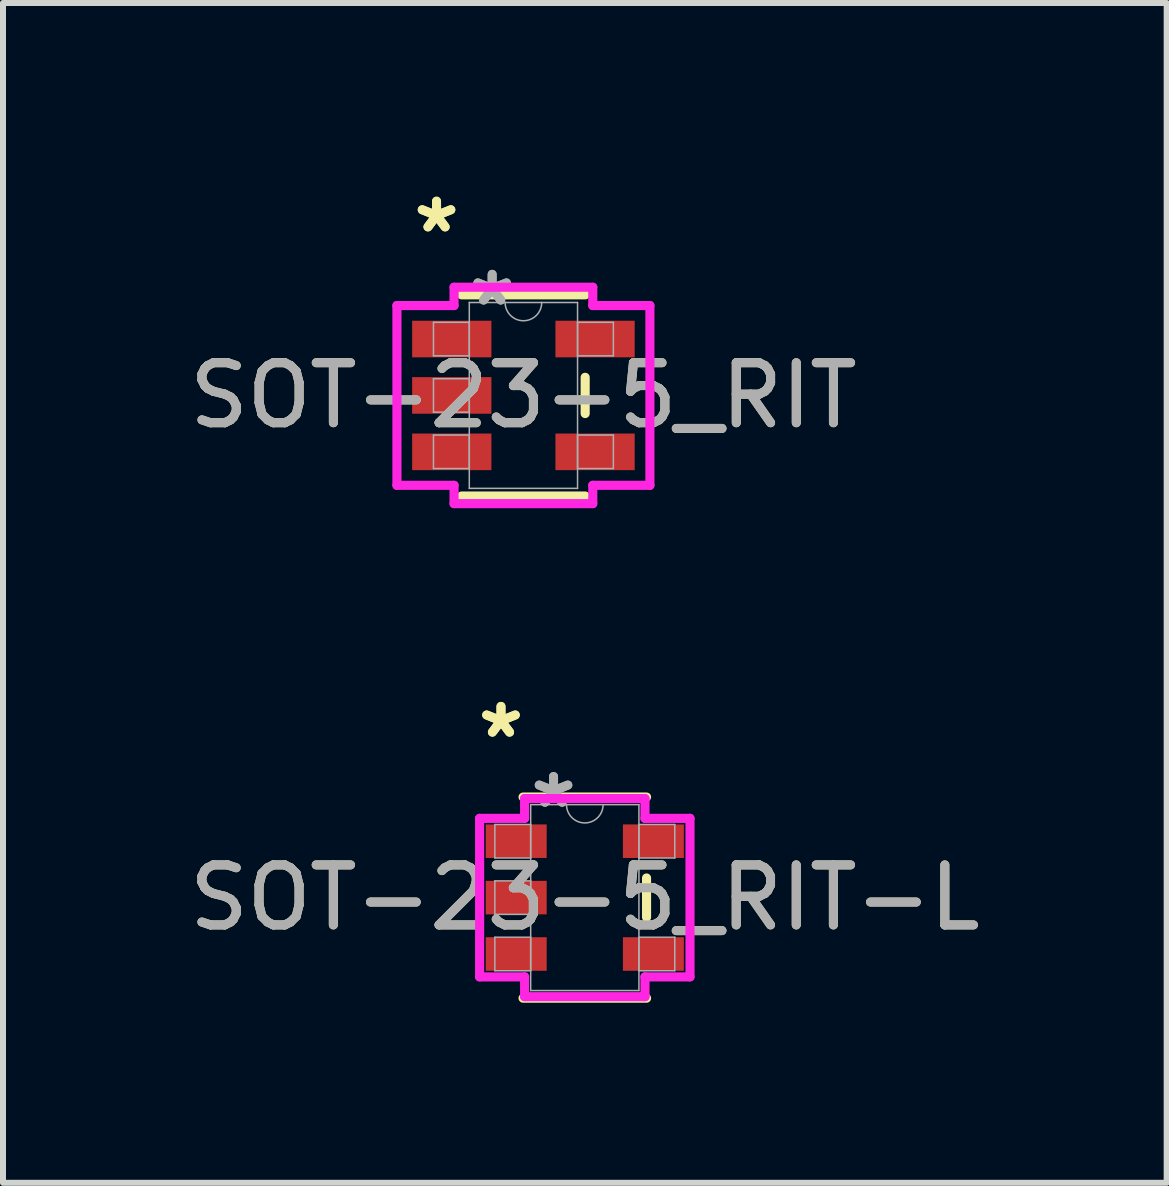
<source format=kicad_pcb>
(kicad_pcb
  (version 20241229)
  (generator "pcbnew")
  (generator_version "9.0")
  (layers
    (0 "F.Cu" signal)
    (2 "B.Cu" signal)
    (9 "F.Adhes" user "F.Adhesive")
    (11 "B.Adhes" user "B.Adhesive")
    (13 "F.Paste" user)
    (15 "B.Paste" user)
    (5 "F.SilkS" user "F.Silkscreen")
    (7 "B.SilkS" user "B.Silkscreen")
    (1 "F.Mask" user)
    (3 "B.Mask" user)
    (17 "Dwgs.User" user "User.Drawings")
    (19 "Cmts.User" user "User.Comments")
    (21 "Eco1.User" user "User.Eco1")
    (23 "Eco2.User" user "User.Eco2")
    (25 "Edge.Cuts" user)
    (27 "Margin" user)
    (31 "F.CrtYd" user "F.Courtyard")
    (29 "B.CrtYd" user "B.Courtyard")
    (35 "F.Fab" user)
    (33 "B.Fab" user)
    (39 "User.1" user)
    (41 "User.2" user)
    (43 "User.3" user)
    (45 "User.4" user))
  (footprint "SOT-23-5_RIT"
    (layer "F.Cu")
    (at 5.673 3.54)
    (property "Reference" "SOT-23-5_RIT" (at 0 0 0) (unlocked yes) (layer "F.SilkS") (effects (font (size 1 1) (thickness 0.15))))
    (attr smd)
    (fp_line (start -1.029 1.676) (end 1.029 1.676) (stroke (width 0.152) (type solid)) (layer "F.SilkS"))
    (fp_line (start 1.029 -1.676) (end -1.029 -1.676) (stroke (width 0.152) (type solid)) (layer "F.SilkS"))
    (fp_line (start 1.029 0.302) (end 1.029 -0.302) (stroke (width 0.152) (type solid)) (layer "F.SilkS"))
    (fp_line (start -2.108 -1.498) (end -1.156 -1.498) (stroke (width 0.152) (type solid)) (layer "F.CrtYd"))
    (fp_line (start -2.108 1.498) (end -2.108 -1.498) (stroke (width 0.152) (type solid)) (layer "F.CrtYd"))
    (fp_line (start -2.108 1.498) (end -1.156 1.498) (stroke (width 0.152) (type solid)) (layer "F.CrtYd"))
    (fp_line (start -1.156 -1.803) (end 1.156 -1.803) (stroke (width 0.152) (type solid)) (layer "F.CrtYd"))
    (fp_line (start -1.156 -1.498) (end -1.156 -1.803) (stroke (width 0.152) (type solid)) (layer "F.CrtYd"))
    (fp_line (start -1.156 1.803) (end -1.156 1.498) (stroke (width 0.152) (type solid)) (layer "F.CrtYd"))
    (fp_line (start 1.156 -1.803) (end 1.156 -1.498) (stroke (width 0.152) (type solid)) (layer "F.CrtYd"))
    (fp_line (start 1.156 1.498) (end 1.156 1.803) (stroke (width 0.152) (type solid)) (layer "F.CrtYd"))
    (fp_line (start 1.156 1.803) (end -1.156 1.803) (stroke (width 0.152) (type solid)) (layer "F.CrtYd"))
    (fp_line (start 2.108 -1.498) (end 1.156 -1.498) (stroke (width 0.152) (type solid)) (layer "F.CrtYd"))
    (fp_line (start 2.108 -1.498) (end 2.108 1.498) (stroke (width 0.152) (type solid)) (layer "F.CrtYd"))
    (fp_line (start 2.108 1.498) (end 1.156 1.498) (stroke (width 0.152) (type solid)) (layer "F.CrtYd"))
    (fp_line (start -1.499 -1.219) (end -1.499 -0.66) (stroke (width 0.025) (type solid)) (layer "F.Fab"))
    (fp_line (start -1.499 -0.66) (end -0.902 -0.66) (stroke (width 0.025) (type solid)) (layer "F.Fab"))
    (fp_line (start -1.499 -0.279) (end -1.499 0.279) (stroke (width 0.025) (type solid)) (layer "F.Fab"))
    (fp_line (start -1.499 0.279) (end -0.902 0.279) (stroke (width 0.025) (type solid)) (layer "F.Fab"))
    (fp_line (start -1.499 0.66) (end -1.499 1.219) (stroke (width 0.025) (type solid)) (layer "F.Fab"))
    (fp_line (start -1.499 1.219) (end -0.902 1.219) (stroke (width 0.025) (type solid)) (layer "F.Fab"))
    (fp_line (start -0.902 -1.549) (end -0.902 1.549) (stroke (width 0.025) (type solid)) (layer "F.Fab"))
    (fp_line (start -0.902 -1.219) (end -1.499 -1.219) (stroke (width 0.025) (type solid)) (layer "F.Fab"))
    (fp_line (start -0.902 -0.66) (end -0.902 -1.219) (stroke (width 0.025) (type solid)) (layer "F.Fab"))
    (fp_line (start -0.902 -0.279) (end -1.499 -0.279) (stroke (width 0.025) (type solid)) (layer "F.Fab"))
    (fp_line (start -0.902 0.279) (end -0.902 -0.279) (stroke (width 0.025) (type solid)) (layer "F.Fab"))
    (fp_line (start -0.902 0.66) (end -1.499 0.66) (stroke (width 0.025) (type solid)) (layer "F.Fab"))
    (fp_line (start -0.902 1.219) (end -0.902 0.66) (stroke (width 0.025) (type solid)) (layer "F.Fab"))
    (fp_line (start -0.902 1.549) (end 0.902 1.549) (stroke (width 0.025) (type solid)) (layer "F.Fab"))
    (fp_line (start 0.902 -1.549) (end -0.902 -1.549) (stroke (width 0.025) (type solid)) (layer "F.Fab"))
    (fp_line (start 0.902 -1.219) (end 0.902 -0.66) (stroke (width 0.025) (type solid)) (layer "F.Fab"))
    (fp_line (start 0.902 -0.66) (end 1.499 -0.66) (stroke (width 0.025) (type solid)) (layer "F.Fab"))
    (fp_line (start 0.902 0.66) (end 0.902 1.219) (stroke (width 0.025) (type solid)) (layer "F.Fab"))
    (fp_line (start 0.902 1.219) (end 1.499 1.219) (stroke (width 0.025) (type solid)) (layer "F.Fab"))
    (fp_line (start 0.902 1.549) (end 0.902 -1.549) (stroke (width 0.025) (type solid)) (layer "F.Fab"))
    (fp_line (start 1.499 -1.219) (end 0.902 -1.219) (stroke (width 0.025) (type solid)) (layer "F.Fab"))
    (fp_line (start 1.499 -0.66) (end 1.499 -1.219) (stroke (width 0.025) (type solid)) (layer "F.Fab"))
    (fp_line (start 1.499 0.66) (end 0.902 0.66) (stroke (width 0.025) (type solid)) (layer "F.Fab"))
    (fp_line (start 1.499 1.219) (end 1.499 0.66) (stroke (width 0.025) (type solid)) (layer "F.Fab"))
    (fp_arc (start 0.3048 -1.5494) (mid 0 -1.2446) (end -0.3048 -1.5494) (stroke (width 0.0254) (type solid)) (layer "F.Fab"))
    (fp_text user "*" (at -1.448 -2.692 0) (layer "F.SilkS") (effects (font (size 1 1) (thickness 0.15))))
    (fp_text user "*" (at -1.448 -2.692 0) (unlocked yes) (layer "F.SilkS") (effects (font (size 1 1) (thickness 0.15))))
    (fp_text user "*" (at -0.521 -1.473 0) (unlocked yes) (layer "F.Fab") (effects (font (size 1 1) (thickness 0.15))))
    (fp_text user "${REFERENCE}" (at 0 0 0) (unlocked yes) (layer "F.Fab") (effects (font (size 1 1) (thickness 0.15))))
    (fp_text user "*" (at -0.521 -1.473 0) (layer "F.Fab") (effects (font (size 1 1) (thickness 0.15))))
    (pad "1" smd rect (at -1.194 -0.94) (size 1.321 0.61) (layers "F.Cu" "F.Mask" "F.Paste"))
    (pad "2" smd rect (at -1.194 0) (size 1.321 0.61) (layers "F.Cu" "F.Mask" "F.Paste"))
    (pad "3" smd rect (at -1.194 0.94) (size 1.321 0.61) (layers "F.Cu" "F.Mask" "F.Paste"))
    (pad "4" smd rect (at 1.194 0.94) (size 1.321 0.61) (layers "F.Cu" "F.Mask" "F.Paste"))
    (pad "5" smd rect (at 1.194 -0.94) (size 1.321 0.61) (layers "F.Cu" "F.Mask" "F.Paste")))
  (footprint "SOT-23-5_RIT-L"
    (layer "F.Cu")
    (at 6.696 11.909)
    (property "Reference" "SOT-23-5_RIT-L" (at 0 0 0) (unlocked yes) (layer "F.SilkS") (effects (font (size 1 1) (thickness 0.15))))
    (attr smd)
    (fp_line (start -1.029 1.676) (end 1.029 1.676) (stroke (width 0.152) (type solid)) (layer "F.SilkS"))
    (fp_line (start 1.029 -1.676) (end -1.029 -1.676) (stroke (width 0.152) (type solid)) (layer "F.SilkS"))
    (fp_line (start 1.029 0.327) (end 1.029 -0.327) (stroke (width 0.152) (type solid)) (layer "F.SilkS"))
    (fp_line (start -1.753 -1.321) (end -1.003 -1.321) (stroke (width 0.152) (type solid)) (layer "F.CrtYd"))
    (fp_line (start -1.753 1.321) (end -1.753 -1.321) (stroke (width 0.152) (type solid)) (layer "F.CrtYd"))
    (fp_line (start -1.753 1.321) (end -1.003 1.321) (stroke (width 0.152) (type solid)) (layer "F.CrtYd"))
    (fp_line (start -1.003 -1.651) (end 1.003 -1.651) (stroke (width 0.152) (type solid)) (layer "F.CrtYd"))
    (fp_line (start -1.003 -1.321) (end -1.003 -1.651) (stroke (width 0.152) (type solid)) (layer "F.CrtYd"))
    (fp_line (start -1.003 1.651) (end -1.003 1.321) (stroke (width 0.152) (type solid)) (layer "F.CrtYd"))
    (fp_line (start 1.003 -1.651) (end 1.003 -1.321) (stroke (width 0.152) (type solid)) (layer "F.CrtYd"))
    (fp_line (start 1.003 1.321) (end 1.003 1.651) (stroke (width 0.152) (type solid)) (layer "F.CrtYd"))
    (fp_line (start 1.003 1.651) (end -1.003 1.651) (stroke (width 0.152) (type solid)) (layer "F.CrtYd"))
    (fp_line (start 1.753 -1.321) (end 1.003 -1.321) (stroke (width 0.152) (type solid)) (layer "F.CrtYd"))
    (fp_line (start 1.753 -1.321) (end 1.753 1.321) (stroke (width 0.152) (type solid)) (layer "F.CrtYd"))
    (fp_line (start 1.753 1.321) (end 1.003 1.321) (stroke (width 0.152) (type solid)) (layer "F.CrtYd"))
    (fp_line (start -1.499 -1.219) (end -1.499 -0.66) (stroke (width 0.025) (type solid)) (layer "F.Fab"))
    (fp_line (start -1.499 -0.66) (end -0.902 -0.66) (stroke (width 0.025) (type solid)) (layer "F.Fab"))
    (fp_line (start -1.499 -0.279) (end -1.499 0.279) (stroke (width 0.025) (type solid)) (layer "F.Fab"))
    (fp_line (start -1.499 0.279) (end -0.902 0.279) (stroke (width 0.025) (type solid)) (layer "F.Fab"))
    (fp_line (start -1.499 0.66) (end -1.499 1.219) (stroke (width 0.025) (type solid)) (layer "F.Fab"))
    (fp_line (start -1.499 1.219) (end -0.902 1.219) (stroke (width 0.025) (type solid)) (layer "F.Fab"))
    (fp_line (start -0.902 -1.549) (end -0.902 1.549) (stroke (width 0.025) (type solid)) (layer "F.Fab"))
    (fp_line (start -0.902 -1.219) (end -1.499 -1.219) (stroke (width 0.025) (type solid)) (layer "F.Fab"))
    (fp_line (start -0.902 -0.66) (end -0.902 -1.219) (stroke (width 0.025) (type solid)) (layer "F.Fab"))
    (fp_line (start -0.902 -0.279) (end -1.499 -0.279) (stroke (width 0.025) (type solid)) (layer "F.Fab"))
    (fp_line (start -0.902 0.279) (end -0.902 -0.279) (stroke (width 0.025) (type solid)) (layer "F.Fab"))
    (fp_line (start -0.902 0.66) (end -1.499 0.66) (stroke (width 0.025) (type solid)) (layer "F.Fab"))
    (fp_line (start -0.902 1.219) (end -0.902 0.66) (stroke (width 0.025) (type solid)) (layer "F.Fab"))
    (fp_line (start -0.902 1.549) (end 0.902 1.549) (stroke (width 0.025) (type solid)) (layer "F.Fab"))
    (fp_line (start 0.902 -1.549) (end -0.902 -1.549) (stroke (width 0.025) (type solid)) (layer "F.Fab"))
    (fp_line (start 0.902 -1.219) (end 0.902 -0.66) (stroke (width 0.025) (type solid)) (layer "F.Fab"))
    (fp_line (start 0.902 -0.66) (end 1.499 -0.66) (stroke (width 0.025) (type solid)) (layer "F.Fab"))
    (fp_line (start 0.902 0.66) (end 0.902 1.219) (stroke (width 0.025) (type solid)) (layer "F.Fab"))
    (fp_line (start 0.902 1.219) (end 1.499 1.219) (stroke (width 0.025) (type solid)) (layer "F.Fab"))
    (fp_line (start 0.902 1.549) (end 0.902 -1.549) (stroke (width 0.025) (type solid)) (layer "F.Fab"))
    (fp_line (start 1.499 -1.219) (end 0.902 -1.219) (stroke (width 0.025) (type solid)) (layer "F.Fab"))
    (fp_line (start 1.499 -0.66) (end 1.499 -1.219) (stroke (width 0.025) (type solid)) (layer "F.Fab"))
    (fp_line (start 1.499 0.66) (end 0.902 0.66) (stroke (width 0.025) (type solid)) (layer "F.Fab"))
    (fp_line (start 1.499 1.219) (end 1.499 0.66) (stroke (width 0.025) (type solid)) (layer "F.Fab"))
    (fp_arc (start 0.3048 -1.5494) (mid 0 -1.2446) (end -0.3048 -1.5494) (stroke (width 0.0254) (type solid)) (layer "F.Fab"))
    (fp_text user "*" (at -1.397 -2.641 0) (layer "F.SilkS") (effects (font (size 1 1) (thickness 0.15))))
    (fp_text user "*" (at -1.397 -2.641 0) (unlocked yes) (layer "F.SilkS") (effects (font (size 1 1) (thickness 0.15))))
    (fp_text user "*" (at -0.521 -1.473 0) (layer "F.Fab") (effects (font (size 1 1) (thickness 0.15))))
    (fp_text user "*" (at -0.521 -1.473 0) (unlocked yes) (layer "F.Fab") (effects (font (size 1 1) (thickness 0.15))))
    (fp_text user "${REFERENCE}" (at 0 0 0) (unlocked yes) (layer "F.Fab") (effects (font (size 1 1) (thickness 0.15))))
    (pad "1" smd rect (at -1.143 -0.94) (size 1.016 0.559) (layers "F.Cu" "F.Mask" "F.Paste"))
    (pad "2" smd rect (at -1.143 0) (size 1.016 0.559) (layers "F.Cu" "F.Mask" "F.Paste"))
    (pad "3" smd rect (at -1.143 0.94) (size 1.016 0.559) (layers "F.Cu" "F.Mask" "F.Paste"))
    (pad "4" smd rect (at 1.143 0.94) (size 1.016 0.559) (layers "F.Cu" "F.Mask" "F.Paste"))
    (pad "5" smd rect (at 1.143 -0.94) (size 1.016 0.559) (layers "F.Cu" "F.Mask" "F.Paste")))
  (gr_rect
    (start -3 -3)
    (end 16.393 16.662)
    (stroke (width 0.1) (type default))
    (fill no)
    (layer "Edge.Cuts")))
</source>
